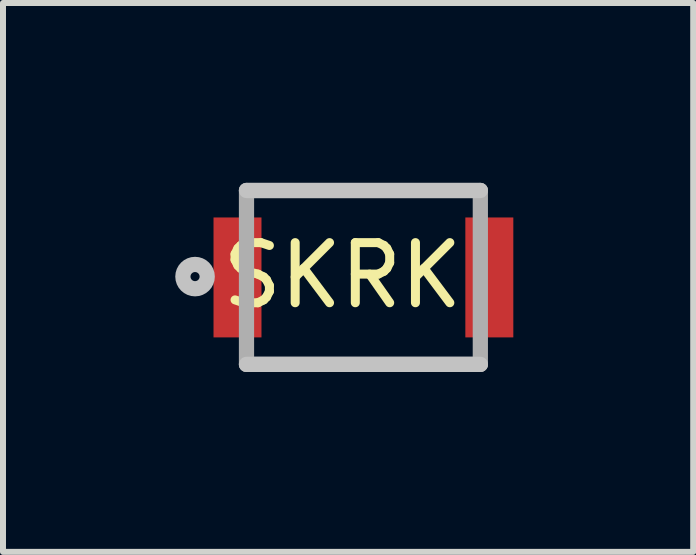
<source format=kicad_pcb>
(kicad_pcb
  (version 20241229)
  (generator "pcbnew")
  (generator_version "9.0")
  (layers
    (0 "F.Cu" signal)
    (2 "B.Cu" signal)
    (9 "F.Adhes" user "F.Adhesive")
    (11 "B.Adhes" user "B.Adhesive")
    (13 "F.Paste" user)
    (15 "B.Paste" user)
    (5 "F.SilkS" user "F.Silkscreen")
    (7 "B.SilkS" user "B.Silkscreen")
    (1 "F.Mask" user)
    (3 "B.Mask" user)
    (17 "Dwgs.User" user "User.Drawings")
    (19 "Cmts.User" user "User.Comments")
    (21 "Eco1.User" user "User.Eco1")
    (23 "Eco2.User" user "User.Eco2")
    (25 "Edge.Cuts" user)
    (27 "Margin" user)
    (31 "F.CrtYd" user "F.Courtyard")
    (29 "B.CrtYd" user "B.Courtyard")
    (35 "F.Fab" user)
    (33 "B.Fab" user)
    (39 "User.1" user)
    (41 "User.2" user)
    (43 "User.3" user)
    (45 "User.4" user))
  (footprint "SKRK"
    (layer "F.Cu")
    (at 3.011 1.577)
    (property "Reference" "SKRK" (at -0.35 -0.034 0) (layer "F.SilkS") (effects (font (size 1.003 1.003) (thickness 0.15))))
    (attr smd)
    (fp_line (start -1.95 -1.45) (end 1.95 -1.45) (stroke (width 0.254) (type solid)) (layer "Dwgs.User"))
    (fp_line (start 1.95 1.45) (end -1.95 1.45) (stroke (width 0.254) (type solid)) (layer "Dwgs.User"))
    (fp_circle (center -2.808 -0.014) (end -2.732 -0.014) (stroke (width 0.254) (type solid)) (fill no) (layer "Dwgs.User"))
    (fp_line (start -1.95 -1.45) (end 1.95 -1.45) (stroke (width 0.254) (type solid)) (layer "F.Fab"))
    (fp_line (start -1.95 1.45) (end -1.95 -1.45) (stroke (width 0.254) (type solid)) (layer "F.Fab"))
    (fp_line (start 1.95 -1.45) (end 1.95 1.45) (stroke (width 0.254) (type solid)) (layer "F.Fab"))
    (fp_line (start 1.95 1.45) (end -1.95 1.45) (stroke (width 0.254) (type solid)) (layer "F.Fab"))
    (pad "1" smd rect (at -2.1 0) (size 0.8 2) (layers "F.Cu" "F.Paste"))
    (pad "2" smd rect (at 2.1 0) (size 0.8 2) (layers "F.Cu" "F.Paste")))
  (gr_rect
    (start -3 -3)
    (end 8.511 6.154)
    (stroke (width 0.1) (type default))
    (fill no)
    (layer "Edge.Cuts")))
</source>
